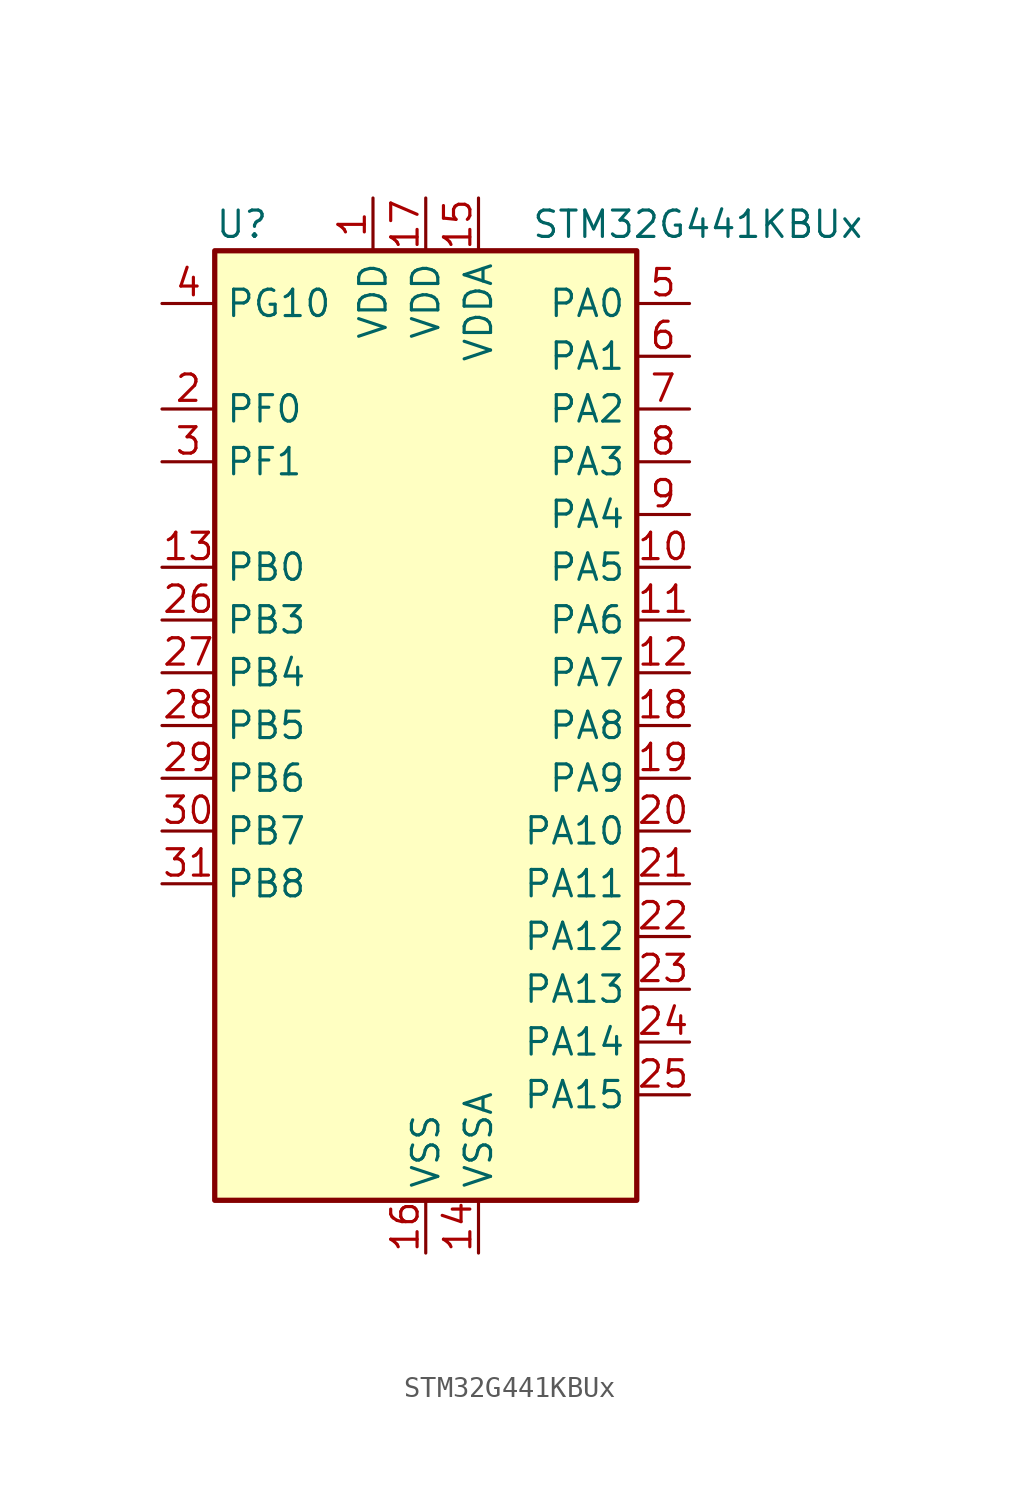
<source format=kicad_sym>
(kicad_symbol_lib
  (version 20231120)
  (generator "kicad_symbol_editor")
  (generator_version "8.0")
  (symbol "STM32G441KBUx"
    (property "Reference" "U"
      (at -10.16 24.13 0)
      (effects (font (size 1.27 1.27)) (justify left)))
    (property "Value" "STM32G441KBUx"
      (at 5.08 24.13 0)
      (effects (font (size 1.27 1.27)) (justify left)))
    (property "ki_locked" ""
      (at 0 0 0)
      (effects (font (size 1.27 1.27))))
    (symbol "STM32G441KBUx_0_1"
      (rectangle (start -10.16 -22.86) (end 10.16 22.86) (stroke (width 0.254) (type default)) (fill (type background))))
    (symbol "STM32G441KBUx_1_1"
      (pin power_in line (at -2.54 25.4 270) (length 2.54) (name "VDD" (effects (font (size 1.27 1.27)))) (number "1" (effects (font (size 1.27 1.27)))))
      (pin bidirectional line (at 12.7 7.62 180) (length 2.54) (name "PA5" (effects (font (size 1.27 1.27)))) (number "10" (effects (font (size 1.27 1.27)))) (alternate "ADC2_IN13" bidirectional line) (alternate "COMP2_INM" bidirectional line) (alternate "DAC1_OUT2" bidirectional line) (alternate "OPAMP2_VINM" bidirectional line) (alternate "OPAMP2_VINM0" bidirectional line) (alternate "OPAMP2_VINM_SEC" bidirectional line) (alternate "SPI1_SCK" bidirectional line) (alternate "TIM2_CH1" bidirectional line) (alternate "TIM2_ETR" bidirectional line) (alternate "UCPD1_FRSTX1" bidirectional line) (alternate "UCPD1_FRSTX2" bidirectional line))
      (pin bidirectional line (at 12.7 5.08 180) (length 2.54) (name "PA6" (effects (font (size 1.27 1.27)))) (number "11" (effects (font (size 1.27 1.27)))) (alternate "ADC2_IN3" bidirectional line) (alternate "COMP1_OUT" bidirectional line) (alternate "LPUART1_CTS" bidirectional line) (alternate "OPAMP2_VOUT" bidirectional line) (alternate "SPI1_MISO" bidirectional line) (alternate "TIM16_CH1" bidirectional line) (alternate "TIM1_BKIN" bidirectional line) (alternate "TIM3_CH1" bidirectional line) (alternate "TIM8_BKIN" bidirectional line))
      (pin bidirectional line (at 12.7 2.54 180) (length 2.54) (name "PA7" (effects (font (size 1.27 1.27)))) (number "12" (effects (font (size 1.27 1.27)))) (alternate "ADC2_IN4" bidirectional line) (alternate "COMP2_INP" bidirectional line) (alternate "COMP2_OUT" bidirectional line) (alternate "OPAMP1_VINP" bidirectional line) (alternate "OPAMP1_VINP_SEC" bidirectional line) (alternate "OPAMP2_VINP" bidirectional line) (alternate "OPAMP2_VINP_SEC" bidirectional line) (alternate "SPI1_MOSI" bidirectional line) (alternate "TIM17_CH1" bidirectional line) (alternate "TIM1_CH1N" bidirectional line) (alternate "TIM3_CH2" bidirectional line) (alternate "TIM8_CH1N" bidirectional line) (alternate "UCPD1_FRSTX1" bidirectional line) (alternate "UCPD1_FRSTX2" bidirectional line))
      (pin bidirectional line (at -12.7 7.62 0) (length 2.54) (name "PB0" (effects (font (size 1.27 1.27)))) (number "13" (effects (font (size 1.27 1.27)))) (alternate "ADC1_IN15" bidirectional line) (alternate "COMP4_INP" bidirectional line) (alternate "OPAMP2_VINP" bidirectional line) (alternate "OPAMP2_VINP_SEC" bidirectional line) (alternate "OPAMP3_VINP" bidirectional line) (alternate "OPAMP3_VINP_SEC" bidirectional line) (alternate "TIM1_CH2N" bidirectional line) (alternate "TIM3_CH3" bidirectional line) (alternate "TIM8_CH2N" bidirectional line) (alternate "UCPD1_FRSTX1" bidirectional line) (alternate "UCPD1_FRSTX2" bidirectional line))
      (pin power_in line (at 2.54 -25.4 90) (length 2.54) (name "VSSA" (effects (font (size 1.27 1.27)))) (number "14" (effects (font (size 1.27 1.27)))))
      (pin power_in line (at 2.54 25.4 270) (length 2.54) (name "VDDA" (effects (font (size 1.27 1.27)))) (number "15" (effects (font (size 1.27 1.27)))))
      (pin power_in line (at 0 -25.4 90) (length 2.54) (name "VSS" (effects (font (size 1.27 1.27)))) (number "16" (effects (font (size 1.27 1.27)))))
      (pin power_in line (at 0 25.4 270) (length 2.54) (name "VDD" (effects (font (size 1.27 1.27)))) (number "17" (effects (font (size 1.27 1.27)))))
      (pin bidirectional line (at 12.7 0 180) (length 2.54) (name "PA8" (effects (font (size 1.27 1.27)))) (number "18" (effects (font (size 1.27 1.27)))) (alternate "I2C2_SDA" bidirectional line) (alternate "I2C3_SCL" bidirectional line) (alternate "I2S2_MCK" bidirectional line) (alternate "RCC_MCO" bidirectional line) (alternate "SAI1_CK2" bidirectional line) (alternate "SAI1_SCK_A" bidirectional line) (alternate "TIM1_CH1" bidirectional line) (alternate "TIM4_ETR" bidirectional line) (alternate "USART1_CK" bidirectional line))
      (pin bidirectional line (at 12.7 -2.54 180) (length 2.54) (name "PA9" (effects (font (size 1.27 1.27)))) (number "19" (effects (font (size 1.27 1.27)))) (alternate "DAC1_EXTI9" bidirectional line) (alternate "DAC3_EXTI9" bidirectional line) (alternate "I2C2_SCL" bidirectional line) (alternate "I2C3_SMBA" bidirectional line) (alternate "I2S3_MCK" bidirectional line) (alternate "SAI1_FS_A" bidirectional line) (alternate "TIM15_BKIN" bidirectional line) (alternate "TIM1_CH2" bidirectional line) (alternate "TIM2_CH3" bidirectional line) (alternate "UCPD1_DBCC1" bidirectional line) (alternate "USART1_TX" bidirectional line))
      (pin bidirectional line (at -12.7 15.24 0) (length 2.54) (name "PF0" (effects (font (size 1.27 1.27)))) (number "2" (effects (font (size 1.27 1.27)))) (alternate "ADC1_IN10" bidirectional line) (alternate "I2C2_SDA" bidirectional line) (alternate "I2S2_WS" bidirectional line) (alternate "RCC_OSC_IN" bidirectional line) (alternate "SPI2_NSS" bidirectional line) (alternate "TIM1_CH3N" bidirectional line))
      (pin bidirectional line (at 12.7 -5.08 180) (length 2.54) (name "PA10" (effects (font (size 1.27 1.27)))) (number "20" (effects (font (size 1.27 1.27)))) (alternate "CRS_SYNC" bidirectional line) (alternate "DAC1_EXTI10" bidirectional line) (alternate "DAC3_EXTI10" bidirectional line) (alternate "I2C2_SMBA" bidirectional line) (alternate "SAI1_D1" bidirectional line) (alternate "SAI1_SD_A" bidirectional line) (alternate "SPI2_MISO" bidirectional line) (alternate "TIM17_BKIN" bidirectional line) (alternate "TIM1_CH3" bidirectional line) (alternate "TIM2_CH4" bidirectional line) (alternate "TIM8_BKIN" bidirectional line) (alternate "UCPD1_DBCC2" bidirectional line) (alternate "USART1_RX" bidirectional line))
      (pin bidirectional line (at 12.7 -7.62 180) (length 2.54) (name "PA11" (effects (font (size 1.27 1.27)))) (number "21" (effects (font (size 1.27 1.27)))) (alternate "ADC1_EXTI11" bidirectional line) (alternate "ADC2_EXTI11" bidirectional line) (alternate "COMP1_OUT" bidirectional line) (alternate "FDCAN1_RX" bidirectional line) (alternate "I2S2_SD" bidirectional line) (alternate "SPI2_MOSI" bidirectional line) (alternate "TIM1_BKIN2" bidirectional line) (alternate "TIM1_CH1N" bidirectional line) (alternate "TIM1_CH4" bidirectional line) (alternate "TIM4_CH1" bidirectional line) (alternate "USART1_CTS" bidirectional line) (alternate "USART1_NSS" bidirectional line) (alternate "USB_DM" bidirectional line))
      (pin bidirectional line (at 12.7 -10.16 180) (length 2.54) (name "PA12" (effects (font (size 1.27 1.27)))) (number "22" (effects (font (size 1.27 1.27)))) (alternate "COMP2_OUT" bidirectional line) (alternate "FDCAN1_TX" bidirectional line) (alternate "I2S_CKIN" bidirectional line) (alternate "TIM16_CH1" bidirectional line) (alternate "TIM1_CH2N" bidirectional line) (alternate "TIM1_ETR" bidirectional line) (alternate "TIM4_CH2" bidirectional line) (alternate "USART1_DE" bidirectional line) (alternate "USART1_RTS" bidirectional line) (alternate "USB_DP" bidirectional line))
      (pin bidirectional line (at 12.7 -12.7 180) (length 2.54) (name "PA13" (effects (font (size 1.27 1.27)))) (number "23" (effects (font (size 1.27 1.27)))) (alternate "I2C1_SCL" bidirectional line) (alternate "IR_OUT" bidirectional line) (alternate "SAI1_SD_B" bidirectional line) (alternate "SYS_JTMS-SWDIO" bidirectional line) (alternate "TIM16_CH1N" bidirectional line) (alternate "TIM4_CH3" bidirectional line))
      (pin bidirectional line (at 12.7 -15.24 180) (length 2.54) (name "PA14" (effects (font (size 1.27 1.27)))) (number "24" (effects (font (size 1.27 1.27)))) (alternate "I2C1_SDA" bidirectional line) (alternate "LPTIM1_OUT" bidirectional line) (alternate "SAI1_FS_B" bidirectional line) (alternate "SYS_JTCK-SWCLK" bidirectional line) (alternate "TIM1_BKIN" bidirectional line) (alternate "TIM8_CH2" bidirectional line) (alternate "USART2_TX" bidirectional line))
      (pin bidirectional line (at 12.7 -17.78 180) (length 2.54) (name "PA15" (effects (font (size 1.27 1.27)))) (number "25" (effects (font (size 1.27 1.27)))) (alternate "ADC1_EXTI15" bidirectional line) (alternate "ADC2_EXTI15" bidirectional line) (alternate "I2C1_SCL" bidirectional line) (alternate "I2S3_WS" bidirectional line) (alternate "SPI1_NSS" bidirectional line) (alternate "SPI3_NSS" bidirectional line) (alternate "SYS_JTDI" bidirectional line) (alternate "TIM1_BKIN" bidirectional line) (alternate "TIM2_CH1" bidirectional line) (alternate "TIM2_ETR" bidirectional line) (alternate "TIM8_CH1" bidirectional line) (alternate "USART2_RX" bidirectional line))
      (pin bidirectional line (at -12.7 5.08 0) (length 2.54) (name "PB3" (effects (font (size 1.27 1.27)))) (number "26" (effects (font (size 1.27 1.27)))) (alternate "CRS_SYNC" bidirectional line) (alternate "I2S3_CK" bidirectional line) (alternate "SAI1_SCK_B" bidirectional line) (alternate "SPI1_SCK" bidirectional line) (alternate "SPI3_SCK" bidirectional line) (alternate "SYS_JTDO-SWO" bidirectional line) (alternate "TIM2_CH2" bidirectional line) (alternate "TIM3_ETR" bidirectional line) (alternate "TIM4_ETR" bidirectional line) (alternate "TIM8_CH1N" bidirectional line) (alternate "USART2_TX" bidirectional line))
      (pin bidirectional line (at -12.7 2.54 0) (length 2.54) (name "PB4" (effects (font (size 1.27 1.27)))) (number "27" (effects (font (size 1.27 1.27)))) (alternate "SAI1_MCLK_B" bidirectional line) (alternate "SPI1_MISO" bidirectional line) (alternate "SPI3_MISO" bidirectional line) (alternate "SYS_JTRST" bidirectional line) (alternate "TIM16_CH1" bidirectional line) (alternate "TIM17_BKIN" bidirectional line) (alternate "TIM3_CH1" bidirectional line) (alternate "TIM8_CH2N" bidirectional line) (alternate "UCPD1_CC2" bidirectional line) (alternate "USART2_RX" bidirectional line))
      (pin bidirectional line (at -12.7 0 0) (length 2.54) (name "PB5" (effects (font (size 1.27 1.27)))) (number "28" (effects (font (size 1.27 1.27)))) (alternate "I2C1_SMBA" bidirectional line) (alternate "I2C3_SDA" bidirectional line) (alternate "I2S3_SD" bidirectional line) (alternate "LPTIM1_IN1" bidirectional line) (alternate "SAI1_SD_B" bidirectional line) (alternate "SPI1_MOSI" bidirectional line) (alternate "SPI3_MOSI" bidirectional line) (alternate "TIM16_BKIN" bidirectional line) (alternate "TIM17_CH1" bidirectional line) (alternate "TIM3_CH2" bidirectional line) (alternate "TIM8_CH3N" bidirectional line) (alternate "USART2_CK" bidirectional line))
      (pin bidirectional line (at -12.7 -2.54 0) (length 2.54) (name "PB6" (effects (font (size 1.27 1.27)))) (number "29" (effects (font (size 1.27 1.27)))) (alternate "COMP4_OUT" bidirectional line) (alternate "LPTIM1_ETR" bidirectional line) (alternate "SAI1_FS_B" bidirectional line) (alternate "TIM16_CH1N" bidirectional line) (alternate "TIM4_CH1" bidirectional line) (alternate "TIM8_BKIN2" bidirectional line) (alternate "TIM8_CH1" bidirectional line) (alternate "TIM8_ETR" bidirectional line) (alternate "UCPD1_CC1" bidirectional line) (alternate "USART1_TX" bidirectional line))
      (pin bidirectional line (at -12.7 12.7 0) (length 2.54) (name "PF1" (effects (font (size 1.27 1.27)))) (number "3" (effects (font (size 1.27 1.27)))) (alternate "ADC2_IN10" bidirectional line) (alternate "COMP3_INM" bidirectional line) (alternate "I2S2_CK" bidirectional line) (alternate "RCC_OSC_OUT" bidirectional line) (alternate "SPI2_SCK" bidirectional line))
      (pin bidirectional line (at -12.7 -5.08 0) (length 2.54) (name "PB7" (effects (font (size 1.27 1.27)))) (number "30" (effects (font (size 1.27 1.27)))) (alternate "COMP3_OUT" bidirectional line) (alternate "I2C1_SDA" bidirectional line) (alternate "LPTIM1_IN2" bidirectional line) (alternate "SYS_PVD_IN" bidirectional line) (alternate "TIM17_CH1N" bidirectional line) (alternate "TIM3_CH4" bidirectional line) (alternate "TIM4_CH2" bidirectional line) (alternate "TIM8_BKIN" bidirectional line) (alternate "USART1_RX" bidirectional line))
      (pin bidirectional line (at -12.7 -7.62 0) (length 2.54) (name "PB8" (effects (font (size 1.27 1.27)))) (number "31" (effects (font (size 1.27 1.27)))) (alternate "COMP1_OUT" bidirectional line) (alternate "FDCAN1_RX" bidirectional line) (alternate "I2C1_SCL" bidirectional line) (alternate "SAI1_CK1" bidirectional line) (alternate "SAI1_MCLK_A" bidirectional line) (alternate "TIM16_CH1" bidirectional line) (alternate "TIM1_BKIN" bidirectional line) (alternate "TIM4_CH3" bidirectional line) (alternate "TIM8_CH2" bidirectional line))
      (pin passive line (at 0 -25.4 90) (length 2.54) hide (name "VSS" (effects (font (size 1.27 1.27)))) (number "32" (effects (font (size 1.27 1.27)))))
      (pin passive line (at 0 -25.4 90) (length 2.54) hide (name "VSS" (effects (font (size 1.27 1.27)))) (number "33" (effects (font (size 1.27 1.27)))))
      (pin bidirectional line (at -12.7 20.32 0) (length 2.54) (name "PG10" (effects (font (size 1.27 1.27)))) (number "4" (effects (font (size 1.27 1.27)))) (alternate "DAC1_EXTI10" bidirectional line) (alternate "DAC3_EXTI10" bidirectional line) (alternate "RCC_MCO" bidirectional line))
      (pin bidirectional line (at 12.7 20.32 180) (length 2.54) (name "PA0" (effects (font (size 1.27 1.27)))) (number "5" (effects (font (size 1.27 1.27)))) (alternate "ADC1_IN1" bidirectional line) (alternate "ADC2_IN1" bidirectional line) (alternate "COMP1_INM" bidirectional line) (alternate "COMP1_OUT" bidirectional line) (alternate "COMP3_INP" bidirectional line) (alternate "RTC_TAMP2" bidirectional line) (alternate "SYS_WKUP1" bidirectional line) (alternate "TIM2_CH1" bidirectional line) (alternate "TIM2_ETR" bidirectional line) (alternate "TIM8_BKIN" bidirectional line) (alternate "TIM8_ETR" bidirectional line) (alternate "USART2_CTS" bidirectional line) (alternate "USART2_NSS" bidirectional line))
      (pin bidirectional line (at 12.7 17.78 180) (length 2.54) (name "PA1" (effects (font (size 1.27 1.27)))) (number "6" (effects (font (size 1.27 1.27)))) (alternate "ADC1_IN2" bidirectional line) (alternate "ADC2_IN2" bidirectional line) (alternate "COMP1_INP" bidirectional line) (alternate "OPAMP1_VINP" bidirectional line) (alternate "OPAMP1_VINP_SEC" bidirectional line) (alternate "OPAMP3_VINP" bidirectional line) (alternate "OPAMP3_VINP_SEC" bidirectional line) (alternate "RTC_REFIN" bidirectional line) (alternate "TIM15_CH1N" bidirectional line) (alternate "TIM2_CH2" bidirectional line) (alternate "USART2_DE" bidirectional line) (alternate "USART2_RTS" bidirectional line))
      (pin bidirectional line (at 12.7 15.24 180) (length 2.54) (name "PA2" (effects (font (size 1.27 1.27)))) (number "7" (effects (font (size 1.27 1.27)))) (alternate "ADC1_IN3" bidirectional line) (alternate "COMP2_INM" bidirectional line) (alternate "COMP2_OUT" bidirectional line) (alternate "LPUART1_TX" bidirectional line) (alternate "OPAMP1_VOUT" bidirectional line) (alternate "RCC_LSCO" bidirectional line) (alternate "SYS_WKUP4" bidirectional line) (alternate "TIM15_CH1" bidirectional line) (alternate "TIM2_CH3" bidirectional line) (alternate "UCPD1_FRSTX1" bidirectional line) (alternate "UCPD1_FRSTX2" bidirectional line) (alternate "USART2_TX" bidirectional line))
      (pin bidirectional line (at 12.7 12.7 180) (length 2.54) (name "PA3" (effects (font (size 1.27 1.27)))) (number "8" (effects (font (size 1.27 1.27)))) (alternate "ADC1_IN4" bidirectional line) (alternate "COMP2_INP" bidirectional line) (alternate "LPUART1_RX" bidirectional line) (alternate "OPAMP1_VINM" bidirectional line) (alternate "OPAMP1_VINM0" bidirectional line) (alternate "OPAMP1_VINM_SEC" bidirectional line) (alternate "OPAMP1_VINP" bidirectional line) (alternate "OPAMP1_VINP_SEC" bidirectional line) (alternate "SAI1_CK1" bidirectional line) (alternate "SAI1_MCLK_A" bidirectional line) (alternate "TIM15_CH2" bidirectional line) (alternate "TIM2_CH4" bidirectional line) (alternate "USART2_RX" bidirectional line))
      (pin bidirectional line (at 12.7 10.16 180) (length 2.54) (name "PA4" (effects (font (size 1.27 1.27)))) (number "9" (effects (font (size 1.27 1.27)))) (alternate "ADC2_IN17" bidirectional line) (alternate "COMP1_INM" bidirectional line) (alternate "DAC1_OUT1" bidirectional line) (alternate "I2S3_WS" bidirectional line) (alternate "SAI1_FS_B" bidirectional line) (alternate "SPI1_NSS" bidirectional line) (alternate "SPI3_NSS" bidirectional line) (alternate "TIM3_CH2" bidirectional line) (alternate "USART2_CK" bidirectional line)))))
</source>
